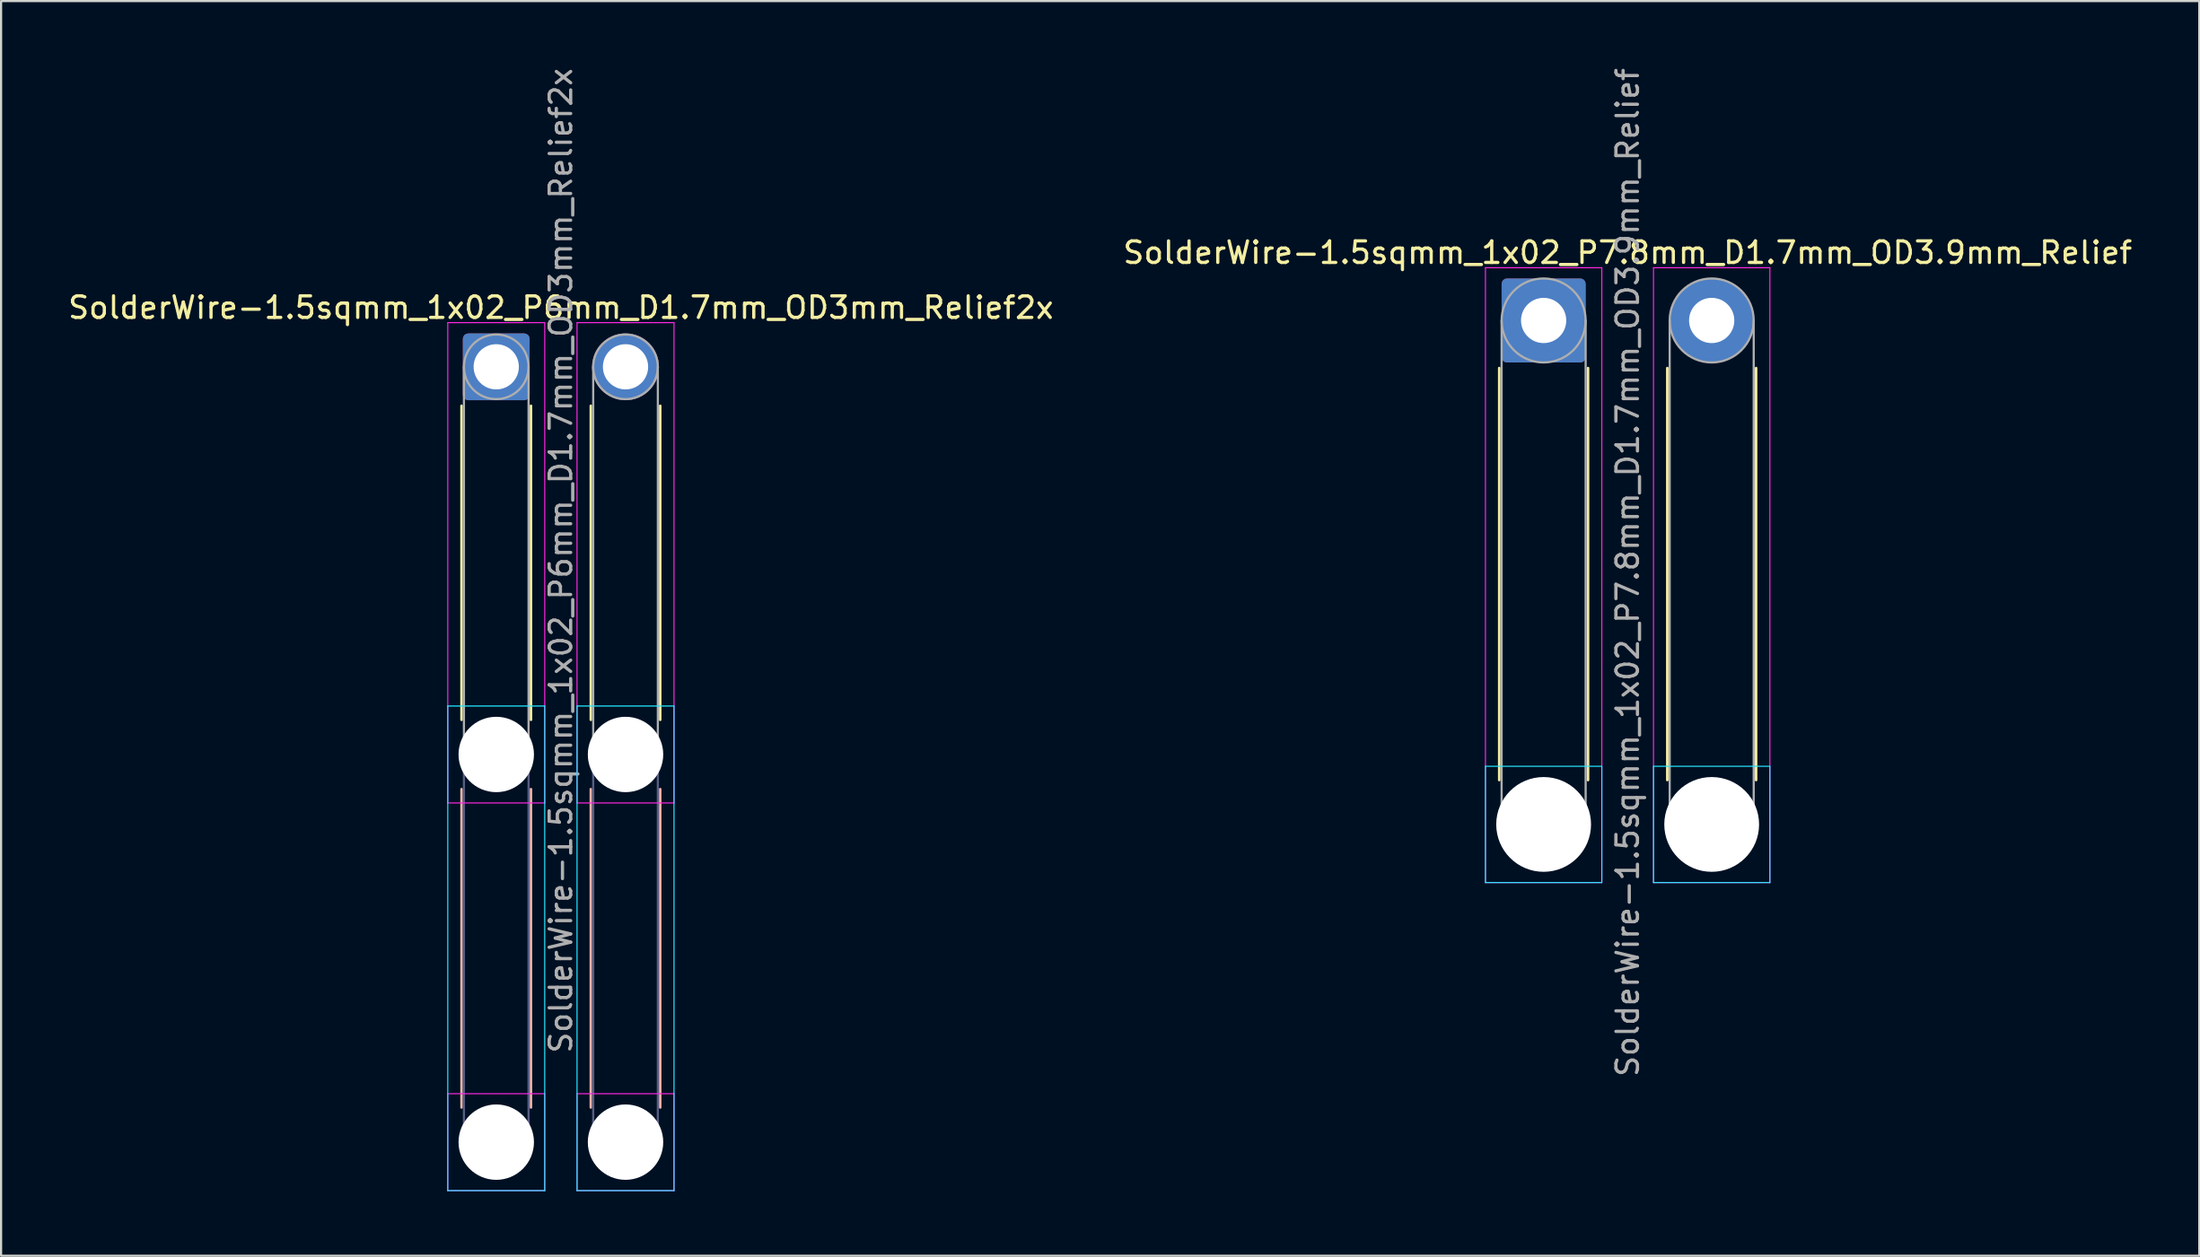
<source format=kicad_pcb>
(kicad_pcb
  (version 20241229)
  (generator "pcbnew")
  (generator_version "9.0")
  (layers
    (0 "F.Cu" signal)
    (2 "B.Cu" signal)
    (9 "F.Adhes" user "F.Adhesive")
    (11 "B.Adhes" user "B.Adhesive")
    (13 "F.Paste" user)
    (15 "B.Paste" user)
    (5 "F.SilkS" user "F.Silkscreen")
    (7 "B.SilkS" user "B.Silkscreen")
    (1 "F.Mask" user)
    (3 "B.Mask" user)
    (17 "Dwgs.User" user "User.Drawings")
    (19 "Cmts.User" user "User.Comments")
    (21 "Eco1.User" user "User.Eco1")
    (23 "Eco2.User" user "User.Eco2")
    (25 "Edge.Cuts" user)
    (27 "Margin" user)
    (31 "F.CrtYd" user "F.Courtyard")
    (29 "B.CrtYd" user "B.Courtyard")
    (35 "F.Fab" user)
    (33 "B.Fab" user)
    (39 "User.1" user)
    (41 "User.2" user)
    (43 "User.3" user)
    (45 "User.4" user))
  (footprint "SolderWire-1.5sqmm_1x02_P7.8mm_D1.7mm_OD3.9mm_Relief"
    (layer "F.Cu")
    (at 68.594 11.83)
    (property "Reference" "SolderWire-1.5sqmm_1x02_P7.8mm_D1.7mm_OD3.9mm_Relief" (at 3.9 -3.15 0) (layer "F.SilkS") (effects (font (size 1 1) (thickness 0.15))))
    (attr exclude_from_pos_files exclude_from_bom)
    (fp_line (start -2.06 2.21) (end -2.06 21.34) (stroke (width 0.12) (type solid)) (layer "F.SilkS"))
    (fp_line (start 2.06 2.21) (end 2.06 21.34) (stroke (width 0.12) (type solid)) (layer "F.SilkS"))
    (fp_line (start 5.74 2.21) (end 5.74 21.34) (stroke (width 0.12) (type solid)) (layer "F.SilkS"))
    (fp_line (start 9.86 2.21) (end 9.86 21.34) (stroke (width 0.12) (type solid)) (layer "F.SilkS"))
    (fp_line (start -2.7 20.7) (end -2.7 26.1) (stroke (width 0.05) (type solid)) (layer "B.CrtYd"))
    (fp_line (start -2.7 26.1) (end 2.7 26.1) (stroke (width 0.05) (type solid)) (layer "B.CrtYd"))
    (fp_line (start 2.7 20.7) (end -2.7 20.7) (stroke (width 0.05) (type solid)) (layer "B.CrtYd"))
    (fp_line (start 2.7 26.1) (end 2.7 20.7) (stroke (width 0.05) (type solid)) (layer "B.CrtYd"))
    (fp_line (start 5.1 20.7) (end 5.1 26.1) (stroke (width 0.05) (type solid)) (layer "B.CrtYd"))
    (fp_line (start 5.1 26.1) (end 10.5 26.1) (stroke (width 0.05) (type solid)) (layer "B.CrtYd"))
    (fp_line (start 10.5 20.7) (end 5.1 20.7) (stroke (width 0.05) (type solid)) (layer "B.CrtYd"))
    (fp_line (start 10.5 26.1) (end 10.5 20.7) (stroke (width 0.05) (type solid)) (layer "B.CrtYd"))
    (fp_line (start -2.7 -2.45) (end -2.7 26.1) (stroke (width 0.05) (type solid)) (layer "F.CrtYd"))
    (fp_line (start -2.7 26.1) (end 2.7 26.1) (stroke (width 0.05) (type solid)) (layer "F.CrtYd"))
    (fp_line (start 2.7 -2.45) (end -2.7 -2.45) (stroke (width 0.05) (type solid)) (layer "F.CrtYd"))
    (fp_line (start 2.7 26.1) (end 2.7 -2.45) (stroke (width 0.05) (type solid)) (layer "F.CrtYd"))
    (fp_line (start 5.1 -2.45) (end 5.1 26.1) (stroke (width 0.05) (type solid)) (layer "F.CrtYd"))
    (fp_line (start 5.1 26.1) (end 10.5 26.1) (stroke (width 0.05) (type solid)) (layer "F.CrtYd"))
    (fp_line (start 10.5 -2.45) (end 5.1 -2.45) (stroke (width 0.05) (type solid)) (layer "F.CrtYd"))
    (fp_line (start 10.5 26.1) (end 10.5 -2.45) (stroke (width 0.05) (type solid)) (layer "F.CrtYd"))
    (fp_line (start -1.95 0) (end -1.95 23.4) (stroke (width 0.1) (type solid)) (layer "F.Fab"))
    (fp_line (start 1.95 0) (end 1.95 23.4) (stroke (width 0.1) (type solid)) (layer "F.Fab"))
    (fp_line (start 5.85 0) (end 5.85 23.4) (stroke (width 0.1) (type solid)) (layer "F.Fab"))
    (fp_line (start 9.75 0) (end 9.75 23.4) (stroke (width 0.1) (type solid)) (layer "F.Fab"))
    (fp_circle (center 0 0) (end 1.95 0) (stroke (width 0.1) (type solid)) (fill no) (layer "F.Fab"))
    (fp_circle (center 0 23.4) (end 1.95 23.4) (stroke (width 0.1) (type solid)) (fill no) (layer "F.Fab"))
    (fp_circle (center 7.8 0) (end 9.75 0) (stroke (width 0.1) (type solid)) (fill no) (layer "F.Fab"))
    (fp_circle (center 7.8 23.4) (end 9.75 23.4) (stroke (width 0.1) (type solid)) (fill no) (layer "F.Fab"))
    (fp_text user "${REFERENCE}" (at 3.9 11.7 90) (layer "F.Fab") (effects (font (size 1 1) (thickness 0.15))))
    (pad "" np_thru_hole circle (at 0 23.4) (size 4.4 4.4) (drill 4.4) (layers "*.Cu" "*.Mask"))
    (pad "" np_thru_hole circle (at 7.8 23.4) (size 4.4 4.4) (drill 4.4) (layers "*.Cu" "*.Mask"))
    (pad "1" thru_hole roundrect (at 0 0) (size 3.9 3.9) (drill 2.1) (layers "*.Cu" "*.Mask") (roundrect_rratio 0.064))
    (pad "2" thru_hole circle (at 7.8 0) (size 3.9 3.9) (drill 2.1) (layers "*.Cu" "*.Mask")))
  (footprint "SolderWire-1.5sqmm_1x02_P6mm_D1.7mm_OD3mm_Relief2x"
    (layer "F.Cu")
    (at 19.982 13.982)
    (property "Reference" "SolderWire-1.5sqmm_1x02_P6mm_D1.7mm_OD3mm_Relief2x" (at 3 -2.75 0) (layer "F.SilkS") (effects (font (size 1 1) (thickness 0.15))))
    (attr exclude_from_pos_files exclude_from_bom)
    (fp_line (start -1.61 1.81) (end -1.61 16.39) (stroke (width 0.12) (type solid)) (layer "F.SilkS"))
    (fp_line (start 1.61 1.81) (end 1.61 16.39) (stroke (width 0.12) (type solid)) (layer "F.SilkS"))
    (fp_line (start 4.39 1.81) (end 4.39 16.39) (stroke (width 0.12) (type solid)) (layer "F.SilkS"))
    (fp_line (start 7.61 1.81) (end 7.61 16.39) (stroke (width 0.12) (type solid)) (layer "F.SilkS"))
    (fp_line (start -1.61 19.61) (end -1.61 34.39) (stroke (width 0.12) (type solid)) (layer "B.SilkS"))
    (fp_line (start 1.61 19.61) (end 1.61 34.39) (stroke (width 0.12) (type solid)) (layer "B.SilkS"))
    (fp_line (start 4.39 19.61) (end 4.39 34.39) (stroke (width 0.12) (type solid)) (layer "B.SilkS"))
    (fp_line (start 7.61 19.61) (end 7.61 34.39) (stroke (width 0.12) (type solid)) (layer "B.SilkS"))
    (fp_line (start -2.25 15.75) (end -2.25 38.25) (stroke (width 0.05) (type solid)) (layer "B.CrtYd"))
    (fp_line (start -2.25 38.25) (end 2.25 38.25) (stroke (width 0.05) (type solid)) (layer "B.CrtYd"))
    (fp_line (start 2.25 15.75) (end -2.25 15.75) (stroke (width 0.05) (type solid)) (layer "B.CrtYd"))
    (fp_line (start 2.25 38.25) (end 2.25 15.75) (stroke (width 0.05) (type solid)) (layer "B.CrtYd"))
    (fp_line (start 3.75 15.75) (end 3.75 38.25) (stroke (width 0.05) (type solid)) (layer "B.CrtYd"))
    (fp_line (start 3.75 38.25) (end 8.25 38.25) (stroke (width 0.05) (type solid)) (layer "B.CrtYd"))
    (fp_line (start 8.25 15.75) (end 3.75 15.75) (stroke (width 0.05) (type solid)) (layer "B.CrtYd"))
    (fp_line (start 8.25 38.25) (end 8.25 15.75) (stroke (width 0.05) (type solid)) (layer "B.CrtYd"))
    (fp_line (start -2.25 -2.05) (end -2.25 20.25) (stroke (width 0.05) (type solid)) (layer "F.CrtYd"))
    (fp_line (start -2.25 20.25) (end 2.25 20.25) (stroke (width 0.05) (type solid)) (layer "F.CrtYd"))
    (fp_line (start -2.25 33.75) (end -2.25 38.25) (stroke (width 0.05) (type solid)) (layer "F.CrtYd"))
    (fp_line (start -2.25 38.25) (end 2.25 38.25) (stroke (width 0.05) (type solid)) (layer "F.CrtYd"))
    (fp_line (start 2.25 -2.05) (end -2.25 -2.05) (stroke (width 0.05) (type solid)) (layer "F.CrtYd"))
    (fp_line (start 2.25 20.25) (end 2.25 -2.05) (stroke (width 0.05) (type solid)) (layer "F.CrtYd"))
    (fp_line (start 2.25 33.75) (end -2.25 33.75) (stroke (width 0.05) (type solid)) (layer "F.CrtYd"))
    (fp_line (start 2.25 38.25) (end 2.25 33.75) (stroke (width 0.05) (type solid)) (layer "F.CrtYd"))
    (fp_line (start 3.75 -2.05) (end 3.75 20.25) (stroke (width 0.05) (type solid)) (layer "F.CrtYd"))
    (fp_line (start 3.75 20.25) (end 8.25 20.25) (stroke (width 0.05) (type solid)) (layer "F.CrtYd"))
    (fp_line (start 3.75 33.75) (end 3.75 38.25) (stroke (width 0.05) (type solid)) (layer "F.CrtYd"))
    (fp_line (start 3.75 38.25) (end 8.25 38.25) (stroke (width 0.05) (type solid)) (layer "F.CrtYd"))
    (fp_line (start 8.25 -2.05) (end 3.75 -2.05) (stroke (width 0.05) (type solid)) (layer "F.CrtYd"))
    (fp_line (start 8.25 20.25) (end 8.25 -2.05) (stroke (width 0.05) (type solid)) (layer "F.CrtYd"))
    (fp_line (start 8.25 33.75) (end 3.75 33.75) (stroke (width 0.05) (type solid)) (layer "F.CrtYd"))
    (fp_line (start 8.25 38.25) (end 8.25 33.75) (stroke (width 0.05) (type solid)) (layer "F.CrtYd"))
    (fp_line (start -1.5 18) (end -1.5 36) (stroke (width 0.1) (type solid)) (layer "B.Fab"))
    (fp_line (start 1.5 18) (end 1.5 36) (stroke (width 0.1) (type solid)) (layer "B.Fab"))
    (fp_line (start 4.5 18) (end 4.5 36) (stroke (width 0.1) (type solid)) (layer "B.Fab"))
    (fp_line (start 7.5 18) (end 7.5 36) (stroke (width 0.1) (type solid)) (layer "B.Fab"))
    (fp_circle (center 0 18) (end 1.5 18) (stroke (width 0.1) (type solid)) (fill no) (layer "B.Fab"))
    (fp_circle (center 0 36) (end 1.5 36) (stroke (width 0.1) (type solid)) (fill no) (layer "B.Fab"))
    (fp_circle (center 6 18) (end 7.5 18) (stroke (width 0.1) (type solid)) (fill no) (layer "B.Fab"))
    (fp_circle (center 6 36) (end 7.5 36) (stroke (width 0.1) (type solid)) (fill no) (layer "B.Fab"))
    (fp_line (start -1.5 0) (end -1.5 18) (stroke (width 0.1) (type solid)) (layer "F.Fab"))
    (fp_line (start 1.5 0) (end 1.5 18) (stroke (width 0.1) (type solid)) (layer "F.Fab"))
    (fp_line (start 4.5 0) (end 4.5 18) (stroke (width 0.1) (type solid)) (layer "F.Fab"))
    (fp_line (start 7.5 0) (end 7.5 18) (stroke (width 0.1) (type solid)) (layer "F.Fab"))
    (fp_circle (center 0 0) (end 1.5 0) (stroke (width 0.1) (type solid)) (fill no) (layer "F.Fab"))
    (fp_circle (center 0 18) (end 1.5 18) (stroke (width 0.1) (type solid)) (fill no) (layer "F.Fab"))
    (fp_circle (center 0 36) (end 1.5 36) (stroke (width 0.1) (type solid)) (fill no) (layer "F.Fab"))
    (fp_circle (center 6 0) (end 7.5 0) (stroke (width 0.1) (type solid)) (fill no) (layer "F.Fab"))
    (fp_circle (center 6 18) (end 7.5 18) (stroke (width 0.1) (type solid)) (fill no) (layer "F.Fab"))
    (fp_circle (center 6 36) (end 7.5 36) (stroke (width 0.1) (type solid)) (fill no) (layer "F.Fab"))
    (fp_text user "${REFERENCE}" (at 3 9 90) (layer "F.Fab") (effects (font (size 1 1) (thickness 0.15))))
    (pad "" np_thru_hole circle (at 0 18) (size 3.5 3.5) (drill 3.5) (layers "*.Cu" "*.Mask"))
    (pad "" np_thru_hole circle (at 0 36) (size 3.5 3.5) (drill 3.5) (layers "*.Cu" "*.Mask"))
    (pad "" np_thru_hole circle (at 6 18) (size 3.5 3.5) (drill 3.5) (layers "*.Cu" "*.Mask"))
    (pad "" np_thru_hole circle (at 6 36) (size 3.5 3.5) (drill 3.5) (layers "*.Cu" "*.Mask"))
    (pad "1" thru_hole roundrect (at 0 0) (size 3.1 3.1) (drill 2.1) (layers "*.Cu" "*.Mask") (roundrect_rratio 0.081))
    (pad "2" thru_hole circle (at 6 0) (size 3.1 3.1) (drill 2.1) (layers "*.Cu" "*.Mask")))
  (gr_rect
    (start -3 -3)
    (end 99.024 55.257)
    (stroke (width 0.1) (type default))
    (fill no)
    (layer "Edge.Cuts")))
</source>
